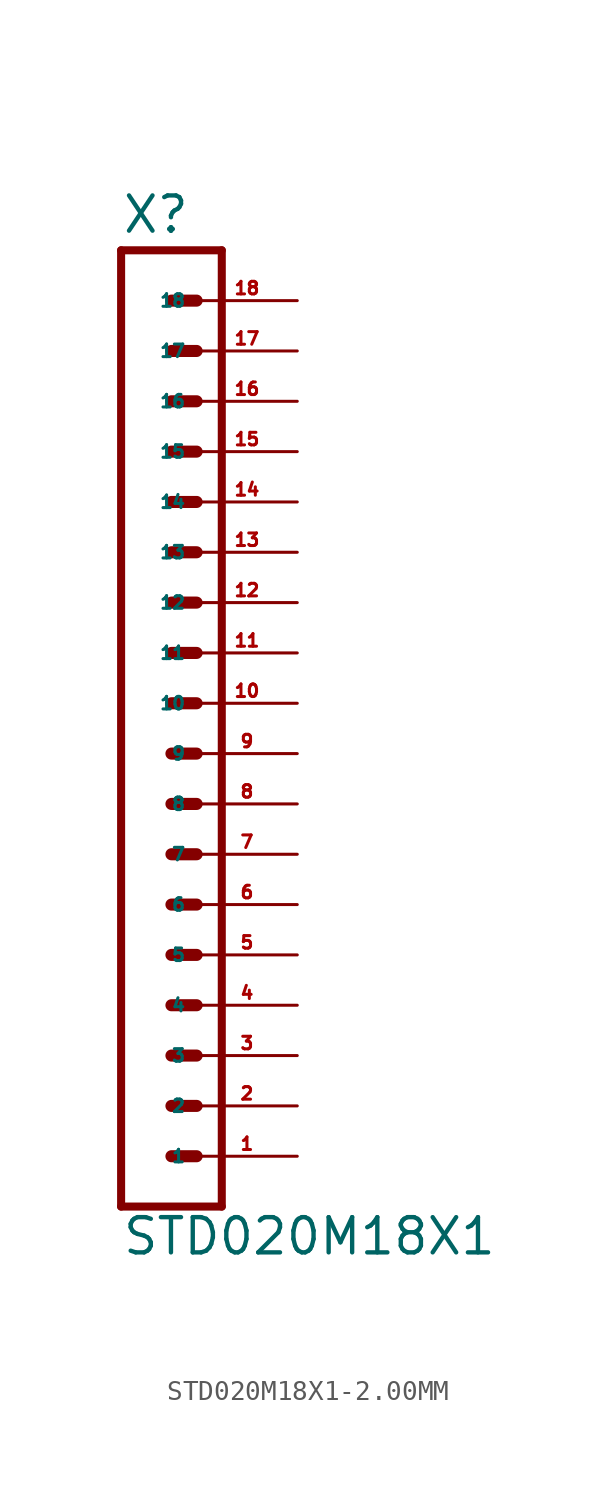
<source format=kicad_sym>
(kicad_symbol_lib
  (version 20220914)
  (generator Eagle2Kicad)
  (symbol "STD020M18X1-2.00MM"
    (property "Reference" "X"
      (at -1.27 33.782 0)
      (effects (font (size 1.778 1.778) (thickness 0.22)) (justify left bottom)))
    (property "Value" "STD020M18X1"
      (at -1.27 -17.78 0)
      (effects (font (size 1.778 1.778) (thickness 0.22)) (justify left bottom)))
    (polyline
      (pts (xy 3.81 -15.24) (xy -1.27 -15.24))
      (stroke (width 0.406) (type default))
      (fill (type none)))
    (polyline
      (pts (xy 1.27 -7.62) (xy 2.54 -7.62))
      (stroke (width 0.61) (type default))
      (fill (type none)))
    (polyline
      (pts (xy 1.27 -10.16) (xy 2.54 -10.16))
      (stroke (width 0.61) (type default))
      (fill (type none)))
    (polyline
      (pts (xy 1.27 -12.7) (xy 2.54 -12.7))
      (stroke (width 0.61) (type default))
      (fill (type none)))
    (polyline
      (pts (xy 1.27 -2.54) (xy 2.54 -2.54))
      (stroke (width 0.61) (type default))
      (fill (type none)))
    (polyline
      (pts (xy 1.27 -5.08) (xy 2.54 -5.08))
      (stroke (width 0.61) (type default))
      (fill (type none)))
    (polyline
      (pts (xy 1.27 5.08) (xy 2.54 5.08))
      (stroke (width 0.61) (type default))
      (fill (type none)))
    (polyline
      (pts (xy 1.27 2.54) (xy 2.54 2.54))
      (stroke (width 0.61) (type default))
      (fill (type none)))
    (polyline
      (pts (xy 1.27 0) (xy 2.54 0))
      (stroke (width 0.61) (type default))
      (fill (type none)))
    (polyline
      (pts (xy 1.27 10.16) (xy 2.54 10.16))
      (stroke (width 0.61) (type default))
      (fill (type none)))
    (polyline
      (pts (xy 1.27 7.62) (xy 2.54 7.62))
      (stroke (width 0.61) (type default))
      (fill (type none)))
    (polyline
      (pts (xy 1.27 15.24) (xy 2.54 15.24))
      (stroke (width 0.61) (type default))
      (fill (type none)))
    (polyline
      (pts (xy 1.27 12.7) (xy 2.54 12.7))
      (stroke (width 0.61) (type default))
      (fill (type none)))
    (polyline
      (pts (xy -1.27 33.02) (xy -1.27 -15.24))
      (stroke (width 0.406) (type default))
      (fill (type none)))
    (polyline
      (pts (xy 3.81 -15.24) (xy 3.81 33.02))
      (stroke (width 0.406) (type default))
      (fill (type none)))
    (polyline
      (pts (xy -1.27 33.02) (xy 3.81 33.02))
      (stroke (width 0.406) (type default))
      (fill (type none)))
    (polyline
      (pts (xy 1.27 17.78) (xy 2.54 17.78))
      (stroke (width 0.61) (type default))
      (fill (type none)))
    (polyline
      (pts (xy 1.27 20.32) (xy 2.54 20.32))
      (stroke (width 0.61) (type default))
      (fill (type none)))
    (polyline
      (pts (xy 1.27 22.86) (xy 2.54 22.86))
      (stroke (width 0.61) (type default))
      (fill (type none)))
    (polyline
      (pts (xy 1.27 25.4) (xy 2.54 25.4))
      (stroke (width 0.61) (type default))
      (fill (type none)))
    (polyline
      (pts (xy 1.27 27.94) (xy 2.54 27.94))
      (stroke (width 0.61) (type default))
      (fill (type none)))
    (polyline
      (pts (xy 1.27 30.48) (xy 2.54 30.48))
      (stroke (width 0.61) (type default))
      (fill (type none)))
    (pin passive line
      (at 7.62 -12.7 180)
      (length 5.08)
      (name "1" (effects (font (size 0.635 0.635) (thickness 0.08)) (justify left bottom)))
      (number "1" (effects (font (size 0.635 0.635) (thickness 0.08)) (justify left bottom))))
    (pin passive line
      (at 7.62 -10.16 180)
      (length 5.08)
      (name "2" (effects (font (size 0.635 0.635) (thickness 0.08)) (justify left bottom)))
      (number "2" (effects (font (size 0.635 0.635) (thickness 0.08)) (justify left bottom))))
    (pin passive line
      (at 7.62 -7.62 180)
      (length 5.08)
      (name "3" (effects (font (size 0.635 0.635) (thickness 0.08)) (justify left bottom)))
      (number "3" (effects (font (size 0.635 0.635) (thickness 0.08)) (justify left bottom))))
    (pin passive line
      (at 7.62 -5.08 180)
      (length 5.08)
      (name "4" (effects (font (size 0.635 0.635) (thickness 0.08)) (justify left bottom)))
      (number "4" (effects (font (size 0.635 0.635) (thickness 0.08)) (justify left bottom))))
    (pin passive line
      (at 7.62 -2.54 180)
      (length 5.08)
      (name "5" (effects (font (size 0.635 0.635) (thickness 0.08)) (justify left bottom)))
      (number "5" (effects (font (size 0.635 0.635) (thickness 0.08)) (justify left bottom))))
    (pin passive line
      (at 7.62 0 180)
      (length 5.08)
      (name "6" (effects (font (size 0.635 0.635) (thickness 0.08)) (justify left bottom)))
      (number "6" (effects (font (size 0.635 0.635) (thickness 0.08)) (justify left bottom))))
    (pin passive line
      (at 7.62 2.54 180)
      (length 5.08)
      (name "7" (effects (font (size 0.635 0.635) (thickness 0.08)) (justify left bottom)))
      (number "7" (effects (font (size 0.635 0.635) (thickness 0.08)) (justify left bottom))))
    (pin passive line
      (at 7.62 5.08 180)
      (length 5.08)
      (name "8" (effects (font (size 0.635 0.635) (thickness 0.08)) (justify left bottom)))
      (number "8" (effects (font (size 0.635 0.635) (thickness 0.08)) (justify left bottom))))
    (pin passive line
      (at 7.62 7.62 180)
      (length 5.08)
      (name "9" (effects (font (size 0.635 0.635) (thickness 0.08)) (justify left bottom)))
      (number "9" (effects (font (size 0.635 0.635) (thickness 0.08)) (justify left bottom))))
    (pin passive line
      (at 7.62 10.16 180)
      (length 5.08)
      (name "10" (effects (font (size 0.635 0.635) (thickness 0.08)) (justify left bottom)))
      (number "10" (effects (font (size 0.635 0.635) (thickness 0.08)) (justify left bottom))))
    (pin passive line
      (at 7.62 12.7 180)
      (length 5.08)
      (name "11" (effects (font (size 0.635 0.635) (thickness 0.08)) (justify left bottom)))
      (number "11" (effects (font (size 0.635 0.635) (thickness 0.08)) (justify left bottom))))
    (pin passive line
      (at 7.62 15.24 180)
      (length 5.08)
      (name "12" (effects (font (size 0.635 0.635) (thickness 0.08)) (justify left bottom)))
      (number "12" (effects (font (size 0.635 0.635) (thickness 0.08)) (justify left bottom))))
    (pin passive line
      (at 7.62 17.78 180)
      (length 5.08)
      (name "13" (effects (font (size 0.635 0.635) (thickness 0.08)) (justify left bottom)))
      (number "13" (effects (font (size 0.635 0.635) (thickness 0.08)) (justify left bottom))))
    (pin passive line
      (at 7.62 20.32 180)
      (length 5.08)
      (name "14" (effects (font (size 0.635 0.635) (thickness 0.08)) (justify left bottom)))
      (number "14" (effects (font (size 0.635 0.635) (thickness 0.08)) (justify left bottom))))
    (pin passive line
      (at 7.62 22.86 180)
      (length 5.08)
      (name "15" (effects (font (size 0.635 0.635) (thickness 0.08)) (justify left bottom)))
      (number "15" (effects (font (size 0.635 0.635) (thickness 0.08)) (justify left bottom))))
    (pin passive line
      (at 7.62 25.4 180)
      (length 5.08)
      (name "16" (effects (font (size 0.635 0.635) (thickness 0.08)) (justify left bottom)))
      (number "16" (effects (font (size 0.635 0.635) (thickness 0.08)) (justify left bottom))))
    (pin passive line
      (at 7.62 27.94 180)
      (length 5.08)
      (name "17" (effects (font (size 0.635 0.635) (thickness 0.08)) (justify left bottom)))
      (number "17" (effects (font (size 0.635 0.635) (thickness 0.08)) (justify left bottom))))
    (pin passive line
      (at 7.62 30.48 180)
      (length 5.08)
      (name "18" (effects (font (size 0.635 0.635) (thickness 0.08)) (justify left bottom)))
      (number "18" (effects (font (size 0.635 0.635) (thickness 0.08)) (justify left bottom))))))
</source>
